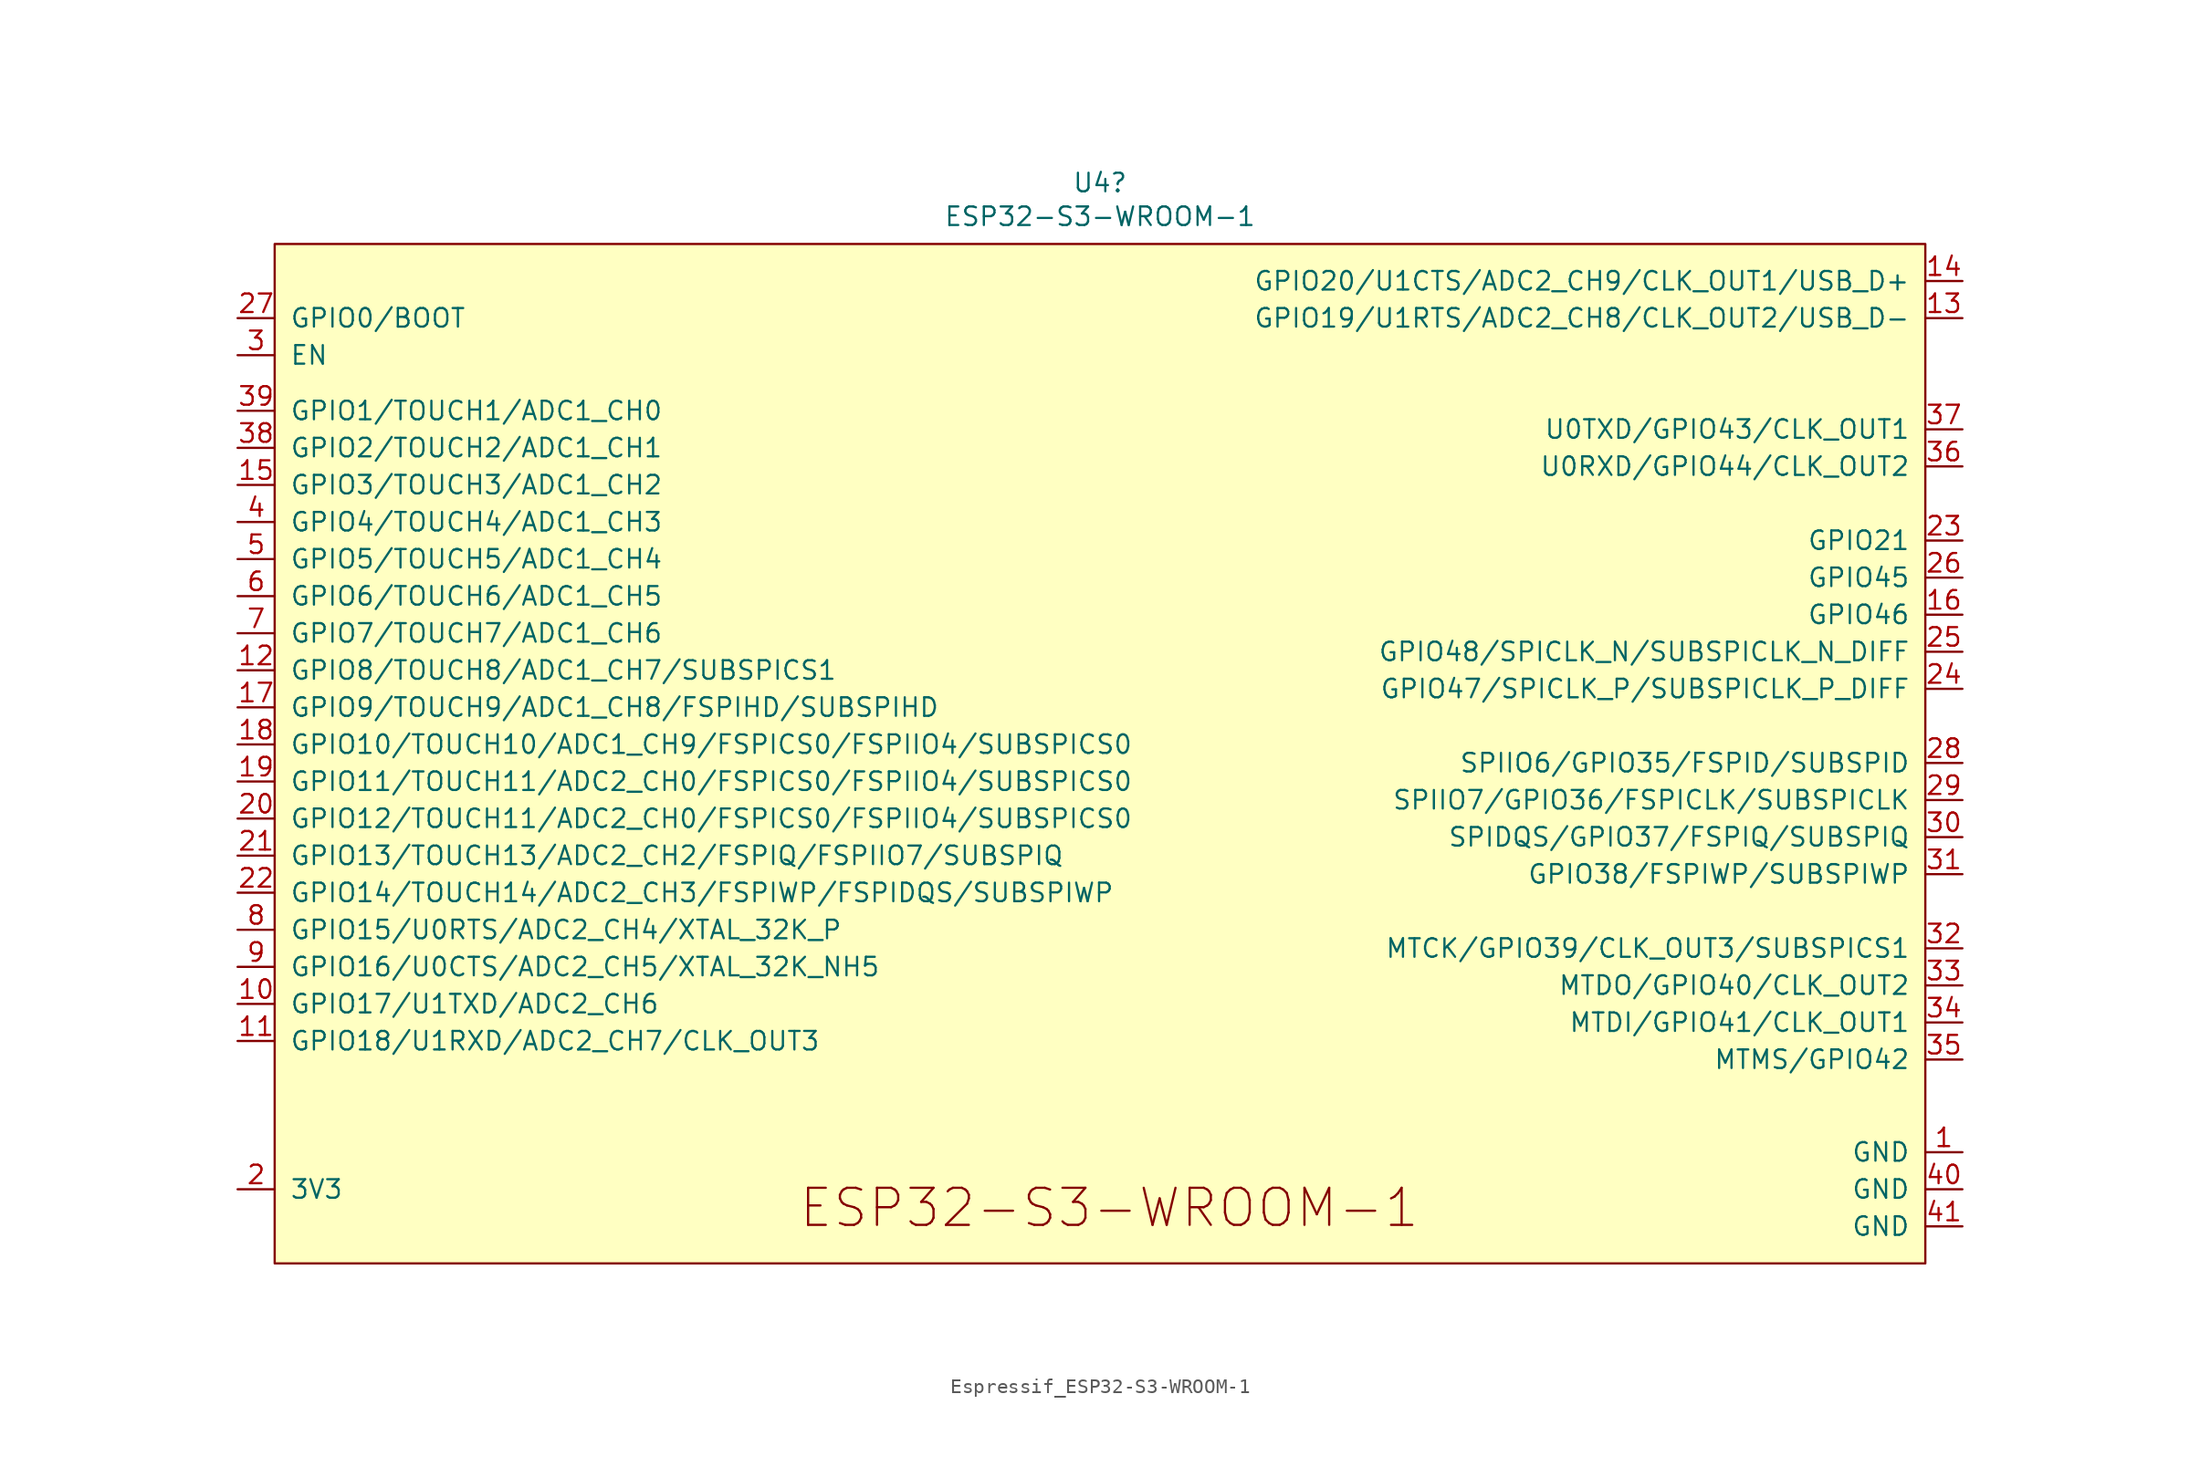
<source format=kicad_sym>
(kicad_symbol_lib
  (version 20211014)
  (generator kicad_symbol_editor)
  (symbol "Espressif_ESP32-S3-WROOM-1"
    (pin_names
      (offset 1.016))
    (property "Reference" "U4"
      (at -0.635 38.481 0)
      (effects (font (size 1.27 1.27))))
    (property "Value" "ESP32-S3-WROOM-1"
      (at -0.635 36.17 0)
      (effects (font (size 1.27 1.27))))
    (symbol "Espressif_ESP32-S3-WROOM-1_0_0"
      (rectangle (start -57.15 34.29) (end 55.88 -35.56) (stroke (width 0) (type default) (color 0 0 0 0)) (fill (type background)))
      (text "ESP32-S3-WROOM-1" (at 0 -31.75 0) (effects (font (size 2.54 2.54))))
      (pin power_in line (at 58.42 -27.94 180) (length 2.54) (name "GND" (effects (font (size 1.27 1.27)))) (number "1" (effects (font (size 1.27 1.27)))))
      (pin bidirectional line (at -59.69 -17.78 0) (length 2.54) (name "GPIO17/U1TXD/ADC2_CH6" (effects (font (size 1.27 1.27)))) (number "10" (effects (font (size 1.27 1.27)))))
      (pin bidirectional line (at -59.69 -20.32 0) (length 2.54) (name "GPIO18/U1RXD/ADC2_CH7/CLK_OUT3" (effects (font (size 1.27 1.27)))) (number "11" (effects (font (size 1.27 1.27)))))
      (pin bidirectional line (at -59.69 5.08 0) (length 2.54) (name "GPIO8/TOUCH8/ADC1_CH7/SUBSPICS1" (effects (font (size 1.27 1.27)))) (number "12" (effects (font (size 1.27 1.27)))))
      (pin bidirectional line (at 58.42 29.21 180) (length 2.54) (name "GPIO19/U1RTS/ADC2_CH8/CLK_OUT2/USB_D-" (effects (font (size 1.27 1.27)))) (number "13" (effects (font (size 1.27 1.27)))))
      (pin bidirectional line (at 58.42 31.75 180) (length 2.54) (name "GPIO20/U1CTS/ADC2_CH9/CLK_OUT1/USB_D+" (effects (font (size 1.27 1.27)))) (number "14" (effects (font (size 1.27 1.27)))))
      (pin bidirectional line (at -59.69 17.78 0) (length 2.54) (name "GPIO3/TOUCH3/ADC1_CH2" (effects (font (size 1.27 1.27)))) (number "15" (effects (font (size 1.27 1.27)))))
      (pin bidirectional line (at 58.42 8.89 180) (length 2.54) (name "GPIO46" (effects (font (size 1.27 1.27)))) (number "16" (effects (font (size 1.27 1.27)))))
      (pin bidirectional line (at -59.69 2.54 0) (length 2.54) (name "GPIO9/TOUCH9/ADC1_CH8/FSPIHD/SUBSPIHD" (effects (font (size 1.27 1.27)))) (number "17" (effects (font (size 1.27 1.27)))))
      (pin bidirectional line (at -59.69 0 0) (length 2.54) (name "GPIO10/TOUCH10/ADC1_CH9/FSPICS0/FSPIIO4/SUBSPICS0" (effects (font (size 1.27 1.27)))) (number "18" (effects (font (size 1.27 1.27)))))
      (pin bidirectional line (at -59.69 -2.54 0) (length 2.54) (name "GPIO11/TOUCH11/ADC2_CH0/FSPICS0/FSPIIO4/SUBSPICS0" (effects (font (size 1.27 1.27)))) (number "19" (effects (font (size 1.27 1.27)))))
      (pin power_in line (at -59.69 -30.48 0) (length 2.54) (name "3V3" (effects (font (size 1.27 1.27)))) (number "2" (effects (font (size 1.27 1.27)))))
      (pin bidirectional line (at -59.69 -5.08 0) (length 2.54) (name "GPIO12/TOUCH11/ADC2_CH0/FSPICS0/FSPIIO4/SUBSPICS0" (effects (font (size 1.27 1.27)))) (number "20" (effects (font (size 1.27 1.27)))))
      (pin bidirectional line (at -59.69 -7.62 0) (length 2.54) (name "GPIO13/TOUCH13/ADC2_CH2/FSPIQ/FSPIIO7/SUBSPIQ" (effects (font (size 1.27 1.27)))) (number "21" (effects (font (size 1.27 1.27)))))
      (pin bidirectional line (at -59.69 -10.16 0) (length 2.54) (name "GPIO14/TOUCH14/ADC2_CH3/FSPIWP/FSPIDQS/SUBSPIWP" (effects (font (size 1.27 1.27)))) (number "22" (effects (font (size 1.27 1.27)))))
      (pin bidirectional line (at 58.42 13.97 180) (length 2.54) (name "GPIO21" (effects (font (size 1.27 1.27)))) (number "23" (effects (font (size 1.27 1.27)))))
      (pin bidirectional line (at 58.42 3.81 180) (length 2.54) (name "GPIO47/SPICLK_P/SUBSPICLK_P_DIFF" (effects (font (size 1.27 1.27)))) (number "24" (effects (font (size 1.27 1.27)))))
      (pin bidirectional line (at 58.42 6.35 180) (length 2.54) (name "GPIO48/SPICLK_N/SUBSPICLK_N_DIFF" (effects (font (size 1.27 1.27)))) (number "25" (effects (font (size 1.27 1.27)))))
      (pin bidirectional line (at 58.42 11.43 180) (length 2.54) (name "GPIO45" (effects (font (size 1.27 1.27)))) (number "26" (effects (font (size 1.27 1.27)))))
      (pin bidirectional line (at -59.69 29.21 0) (length 2.54) (name "GPIO0/BOOT" (effects (font (size 1.27 1.27)))) (number "27" (effects (font (size 1.27 1.27)))))
      (pin bidirectional line (at 58.42 -1.27 180) (length 2.54) (name "SPIIO6/GPIO35/FSPID/SUBSPID" (effects (font (size 1.27 1.27)))) (number "28" (effects (font (size 1.27 1.27)))))
      (pin bidirectional line (at 58.42 -3.81 180) (length 2.54) (name "SPIIO7/GPIO36/FSPICLK/SUBSPICLK" (effects (font (size 1.27 1.27)))) (number "29" (effects (font (size 1.27 1.27)))))
      (pin input line (at -59.69 26.67 0) (length 2.54) (name "EN" (effects (font (size 1.27 1.27)))) (number "3" (effects (font (size 1.27 1.27)))))
      (pin bidirectional line (at 58.42 -6.35 180) (length 2.54) (name "SPIDQS/GPIO37/FSPIQ/SUBSPIQ" (effects (font (size 1.27 1.27)))) (number "30" (effects (font (size 1.27 1.27)))))
      (pin bidirectional line (at 58.42 -8.89 180) (length 2.54) (name "GPIO38/FSPIWP/SUBSPIWP" (effects (font (size 1.27 1.27)))) (number "31" (effects (font (size 1.27 1.27)))))
      (pin bidirectional line (at 58.42 -13.97 180) (length 2.54) (name "MTCK/GPIO39/CLK_OUT3/SUBSPICS1" (effects (font (size 1.27 1.27)))) (number "32" (effects (font (size 1.27 1.27)))))
      (pin bidirectional line (at 58.42 -16.51 180) (length 2.54) (name "MTDO/GPIO40/CLK_OUT2" (effects (font (size 1.27 1.27)))) (number "33" (effects (font (size 1.27 1.27)))))
      (pin bidirectional line (at 58.42 -19.05 180) (length 2.54) (name "MTDI/GPIO41/CLK_OUT1" (effects (font (size 1.27 1.27)))) (number "34" (effects (font (size 1.27 1.27)))))
      (pin bidirectional line (at 58.42 -21.59 180) (length 2.54) (name "MTMS/GPIO42" (effects (font (size 1.27 1.27)))) (number "35" (effects (font (size 1.27 1.27)))))
      (pin bidirectional line (at 58.42 19.05 180) (length 2.54) (name "U0RXD/GPIO44/CLK_OUT2" (effects (font (size 1.27 1.27)))) (number "36" (effects (font (size 1.27 1.27)))))
      (pin bidirectional line (at 58.42 21.59 180) (length 2.54) (name "U0TXD/GPIO43/CLK_OUT1" (effects (font (size 1.27 1.27)))) (number "37" (effects (font (size 1.27 1.27)))))
      (pin bidirectional line (at -59.69 20.32 0) (length 2.54) (name "GPIO2/TOUCH2/ADC1_CH1" (effects (font (size 1.27 1.27)))) (number "38" (effects (font (size 1.27 1.27)))))
      (pin bidirectional line (at -59.69 22.86 0) (length 2.54) (name "GPIO1/TOUCH1/ADC1_CH0" (effects (font (size 1.27 1.27)))) (number "39" (effects (font (size 1.27 1.27)))))
      (pin bidirectional line (at -59.69 15.24 0) (length 2.54) (name "GPIO4/TOUCH4/ADC1_CH3" (effects (font (size 1.27 1.27)))) (number "4" (effects (font (size 1.27 1.27)))))
      (pin power_in line (at 58.42 -30.48 180) (length 2.54) (name "GND" (effects (font (size 1.27 1.27)))) (number "40" (effects (font (size 1.27 1.27)))))
      (pin power_in line (at 58.42 -33.02 180) (length 2.54) (name "GND" (effects (font (size 1.27 1.27)))) (number "41" (effects (font (size 1.27 1.27)))))
      (pin bidirectional line (at -59.69 12.7 0) (length 2.54) (name "GPIO5/TOUCH5/ADC1_CH4" (effects (font (size 1.27 1.27)))) (number "5" (effects (font (size 1.27 1.27)))))
      (pin bidirectional line (at -59.69 10.16 0) (length 2.54) (name "GPIO6/TOUCH6/ADC1_CH5" (effects (font (size 1.27 1.27)))) (number "6" (effects (font (size 1.27 1.27)))))
      (pin bidirectional line (at -59.69 7.62 0) (length 2.54) (name "GPIO7/TOUCH7/ADC1_CH6" (effects (font (size 1.27 1.27)))) (number "7" (effects (font (size 1.27 1.27)))))
      (pin bidirectional line (at -59.69 -12.7 0) (length 2.54) (name "GPIO15/U0RTS/ADC2_CH4/XTAL_32K_P" (effects (font (size 1.27 1.27)))) (number "8" (effects (font (size 1.27 1.27)))))
      (pin bidirectional line (at -59.69 -15.24 0) (length 2.54) (name "GPIO16/U0CTS/ADC2_CH5/XTAL_32K_NH5" (effects (font (size 1.27 1.27)))) (number "9" (effects (font (size 1.27 1.27))))))))
</source>
